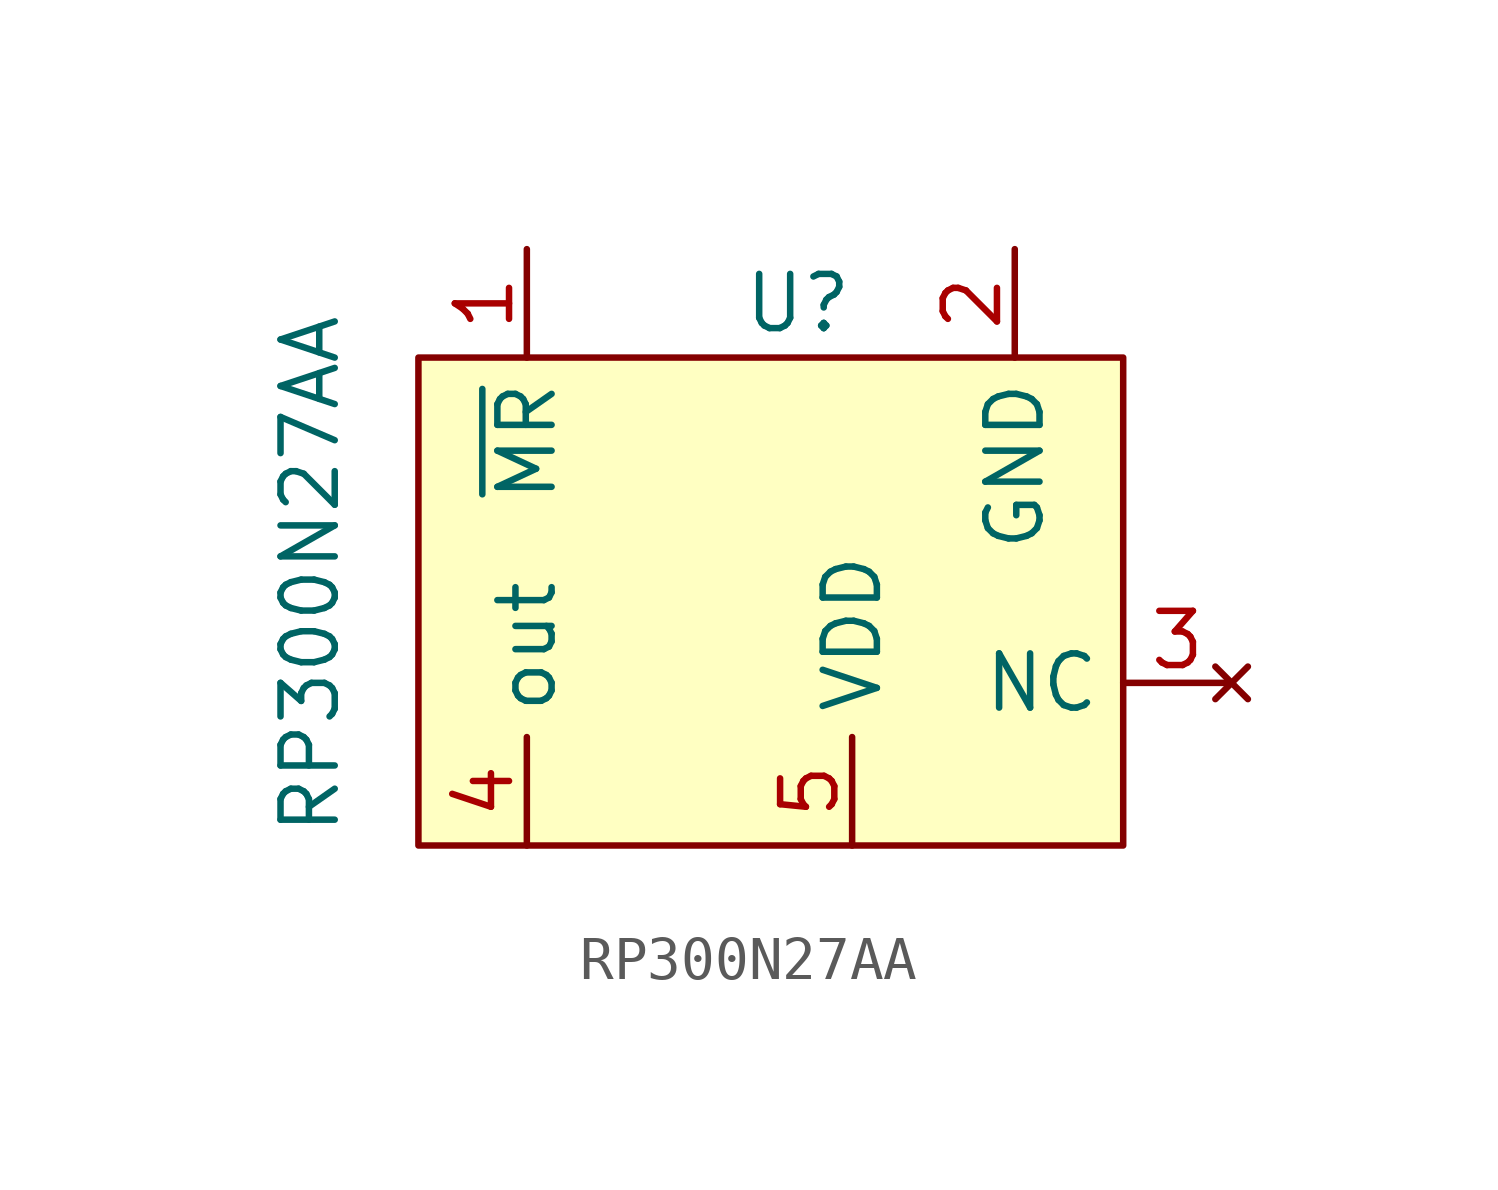
<source format=kicad_sym>
(kicad_symbol_lib
  (version 20211014)
  (generator kicad_symbol_editor)
  (symbol "RP300N27AA"
    (property "Reference" "U"
      (at -2.54 0 0)
      (effects (font (size 1.27 1.27))))
    (property "Value" "RP300N27AA"
      (at -13.97 -6.35 90)
      (effects (font (size 1.27 1.27))))
    (symbol "RP300N27AA_0_1"
      (rectangle (start -11.43 -1.27) (end 5.08 -12.7) (stroke (width 0) (type default) (color 0 0 0 0)) (fill (type background))))
    (symbol "RP300N27AA_1_1"
      (pin input line (at -8.89 1.27 270) (length 2.54) (name "~{MR}" (effects (font (size 1.27 1.27)))) (number "1" (effects (font (size 1.27 1.27)))))
      (pin power_in line (at 2.54 1.27 270) (length 2.54) (name "GND" (effects (font (size 1.27 1.27)))) (number "2" (effects (font (size 1.27 1.27)))))
      (pin no_connect line (at 7.62 -8.89 180) (length 2.54) (name "NC" (effects (font (size 1.27 1.27)))) (number "3" (effects (font (size 1.27 1.27)))))
      (pin output line (at -8.89 -12.7 90) (length 2.54) (name "out" (effects (font (size 1.27 1.27)))) (number "4" (effects (font (size 1.27 1.27)))))
      (pin power_in line (at -1.27 -12.7 90) (length 2.54) (name "VDD" (effects (font (size 1.27 1.27)))) (number "5" (effects (font (size 1.27 1.27))))))))
</source>
